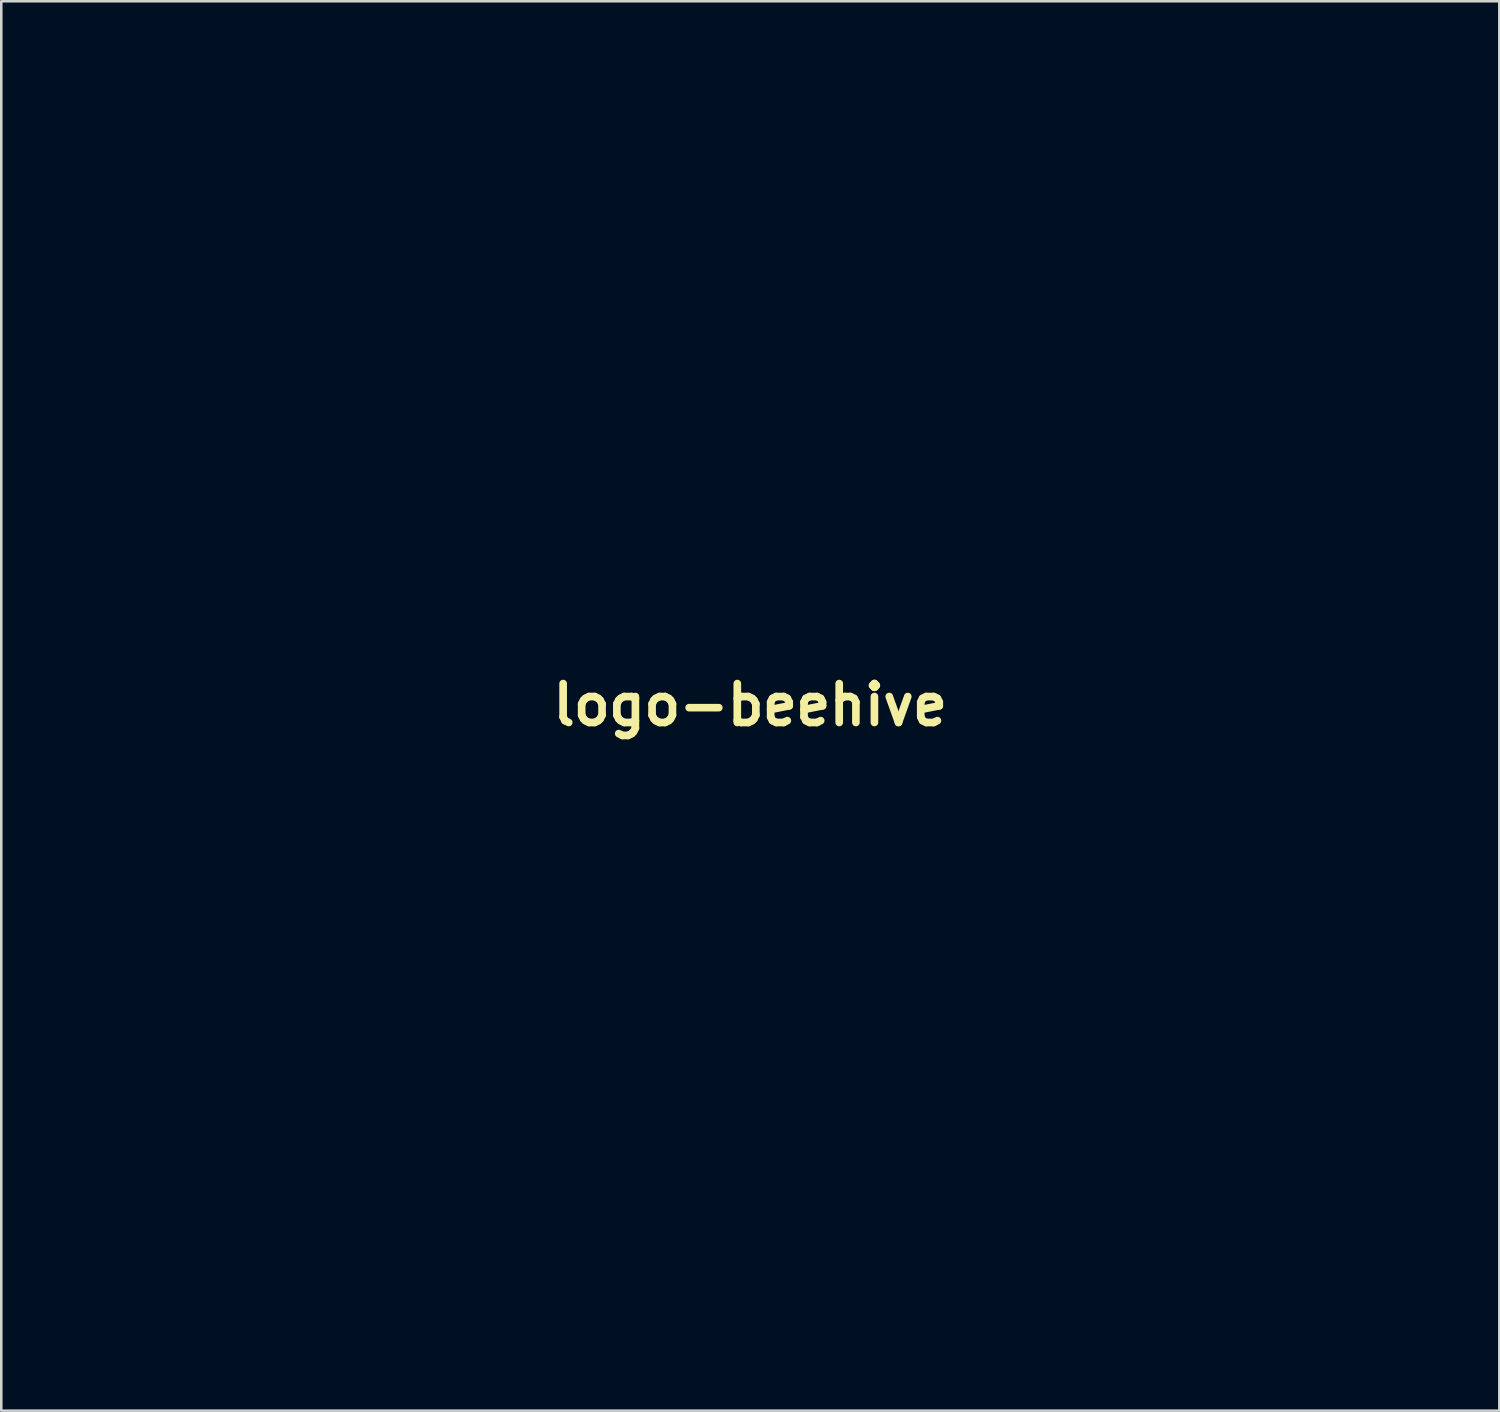
<source format=kicad_pcb>
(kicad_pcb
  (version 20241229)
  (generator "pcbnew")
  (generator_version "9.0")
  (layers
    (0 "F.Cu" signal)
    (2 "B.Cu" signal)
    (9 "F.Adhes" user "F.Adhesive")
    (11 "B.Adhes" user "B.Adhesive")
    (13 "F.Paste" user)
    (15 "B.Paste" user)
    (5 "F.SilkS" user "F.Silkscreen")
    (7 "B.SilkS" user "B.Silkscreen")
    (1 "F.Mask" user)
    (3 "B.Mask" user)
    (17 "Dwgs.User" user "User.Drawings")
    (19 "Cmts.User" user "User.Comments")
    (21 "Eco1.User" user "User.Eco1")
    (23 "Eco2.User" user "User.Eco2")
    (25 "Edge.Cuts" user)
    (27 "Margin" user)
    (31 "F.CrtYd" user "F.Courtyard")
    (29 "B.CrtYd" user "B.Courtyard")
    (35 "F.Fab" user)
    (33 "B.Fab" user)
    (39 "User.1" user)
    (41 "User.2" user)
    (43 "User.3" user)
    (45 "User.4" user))
  (footprint "logo-beehive"
    (layer "F.Cu")
    (at 26.336 24.558)
    (property "Reference" "logo-beehive" (at 0 0 0) (layer "F.SilkS") (effects (font (size 1.524 1.524) (thickness 0.3))))
    (attr through_hole)
    (fp_poly (pts (xy 8.824 6.9) (xy 8.946 7.393) (xy 9.064 7.994) (xy 9.167 8.638) (xy 9.246 9.266) (xy 9.287 9.755) (xy 9.339 10.668) (xy -9.339 10.668) (xy -9.284 9.705) (xy -9.219 8.991) (xy -9.108 8.22) (xy -8.964 7.47) (xy -8.823 6.9) (xy -8.751 6.646) (xy 8.751 6.646) (xy 8.824 6.9)) (stroke (width 0.01) (type solid)) (fill no) (layer "Eco2.User"))
    (fp_poly (pts (xy -5.13 -13.055) (xy -4.934 -12.878) (xy -4.838 -12.638) (xy -4.858 -12.379) (xy -5.012 -12.145) (xy -5.049 -12.113) (xy -5.318 -11.963) (xy -5.56 -11.973) (xy -5.803 -12.146) (xy -5.804 -12.146) (xy -5.976 -12.389) (xy -5.986 -12.631) (xy -5.836 -12.9) (xy -5.836 -12.9) (xy -5.602 -13.087) (xy -5.413 -13.123) (xy -5.13 -13.055)) (stroke (width 0.01) (type solid)) (fill no) (layer "Eco2.User"))
    (fp_poly (pts (xy 5.655 -24.056) (xy 5.868 -23.87) (xy 5.996 -23.63) (xy 6.011 -23.522) (xy 5.943 -23.332) (xy 5.779 -23.134) (xy 5.578 -22.986) (xy 5.434 -22.945) (xy 5.256 -22.995) (xy 5.053 -23.117) (xy 5.049 -23.12) (xy 4.873 -23.347) (xy 4.833 -23.605) (xy 4.912 -23.851) (xy 5.094 -24.04) (xy 5.364 -24.128) (xy 5.413 -24.13) (xy 5.655 -24.056)) (stroke (width 0.01) (type solid)) (fill no) (layer "Eco2.User"))
    (fp_poly (pts (xy 8.513 14.874) (xy 8.385 15.244) (xy 8.172 15.711) (xy 7.894 16.241) (xy 7.571 16.797) (xy 7.223 17.346) (xy 6.871 17.851) (xy 6.545 18.267) (xy 6.168 18.711) (xy -6.16 18.711) (xy -6.537 18.267) (xy -6.787 17.955) (xy -7.063 17.586) (xy -7.275 17.286) (xy -7.434 17.03) (xy -7.627 16.691) (xy -7.835 16.303) (xy -8.044 15.899) (xy -8.236 15.509) (xy -8.395 15.168) (xy -8.505 14.907) (xy -8.55 14.759) (xy -8.551 14.753) (xy -8.52 14.735) (xy -8.421 14.719) (xy -8.246 14.705) (xy -7.987 14.693) (xy -7.635 14.683) (xy -7.182 14.674) (xy -6.621 14.666) (xy -5.943 14.66) (xy -5.139 14.656) (xy -4.201 14.652) (xy -3.122 14.65) (xy -1.892 14.648) (xy -0.505 14.647) (xy 0.009 14.647) (xy 8.57 14.647) (xy 8.513 14.874)) (stroke (width 0.01) (type solid)) (fill no) (layer "Eco2.User"))
    (fp_poly (pts (xy 22.692 4.827) (xy 23.143 5.229) (xy 23.572 5.763) (xy 23.954 6.391) (xy 24.264 7.073) (xy 24.43 7.578) (xy 24.581 8.363) (xy 24.627 9.198) (xy 24.57 10.034) (xy 24.415 10.823) (xy 24.174 11.495) (xy 23.878 11.988) (xy 23.478 12.451) (xy 23.02 12.836) (xy 22.623 13.067) (xy 22.003 13.281) (xy 21.253 13.431) (xy 20.401 13.515) (xy 19.476 13.53) (xy 18.506 13.475) (xy 18.246 13.448) (xy 17.275 13.308) (xy 16.187 13.095) (xy 15.012 12.818) (xy 13.782 12.486) (xy 12.528 12.106) (xy 11.281 11.687) (xy 10.329 11.337) (xy 9.694 11.094) (xy 9.675 10.178) (xy 9.655 9.262) (xy 10.164 9.157) (xy 10.545 9.07) (xy 11.055 8.941) (xy 11.665 8.779) (xy 12.342 8.593) (xy 13.056 8.392) (xy 13.775 8.183) (xy 14.467 7.977) (xy 15.102 7.782) (xy 15.511 7.652) (xy 17.424 6.98) (xy 19.232 6.244) (xy 20.906 5.455) (xy 21.069 5.371) (xy 22.453 4.657) (xy 22.692 4.827)) (stroke (width 0.01) (type solid)) (fill no) (layer "Eco2.User"))
    (fp_poly (pts (xy -22.313 4.726) (xy -22.103 4.816) (xy -21.955 4.903) (xy -21.628 5.088) (xy -21.18 5.322) (xy -20.643 5.587) (xy -20.053 5.868) (xy -19.444 6.148) (xy -18.851 6.411) (xy -18.308 6.641) (xy -18.076 6.734) (xy -17.381 6.996) (xy -16.576 7.281) (xy -15.691 7.578) (xy -14.759 7.878) (xy -13.81 8.172) (xy -12.877 8.449) (xy -11.99 8.7) (xy -11.182 8.916) (xy -10.484 9.087) (xy -10.166 9.156) (xy -9.659 9.261) (xy -9.693 10.195) (xy -9.728 11.128) (xy -11.096 11.619) (xy -12.733 12.173) (xy -14.294 12.635) (xy -15.771 13.003) (xy -17.154 13.276) (xy -18.436 13.452) (xy -19.607 13.53) (xy -20.659 13.509) (xy -21.456 13.41) (xy -22.256 13.203) (xy -22.93 12.888) (xy -23.488 12.457) (xy -23.937 11.903) (xy -24.287 11.216) (xy -24.518 10.499) (xy -24.611 9.932) (xy -24.636 9.271) (xy -24.597 8.572) (xy -24.496 7.895) (xy -24.346 7.324) (xy -24.099 6.672) (xy -23.832 6.138) (xy -23.515 5.672) (xy -23.228 5.336) (xy -22.922 5.016) (xy -22.69 4.815) (xy -22.498 4.722) (xy -22.313 4.726)) (stroke (width 0.01) (type solid)) (fill no) (layer "Eco2.User"))
    (fp_poly (pts (xy -18.765 -6.714) (xy -18.134 -6.557) (xy -17.281 -6.192) (xy -16.413 -5.665) (xy -15.535 -4.982) (xy -14.652 -4.146) (xy -13.768 -3.165) (xy -12.887 -2.044) (xy -12.015 -0.789) (xy -11.156 0.596) (xy -10.315 2.103) (xy -9.496 3.729) (xy -9.309 4.123) (xy -8.716 5.39) (xy -9.009 6.272) (xy -9.155 6.747) (xy -9.297 7.274) (xy -9.412 7.767) (xy -9.45 7.959) (xy -9.518 8.31) (xy -9.58 8.595) (xy -9.628 8.776) (xy -9.646 8.817) (xy -9.738 8.813) (xy -9.97 8.77) (xy -10.316 8.694) (xy -10.751 8.591) (xy -11.252 8.467) (xy -11.43 8.421) (xy -13.354 7.893) (xy -15.16 7.338) (xy -16.842 6.76) (xy -18.397 6.16) (xy -19.818 5.541) (xy -21.103 4.906) (xy -22.245 4.257) (xy -23.239 3.595) (xy -24.082 2.925) (xy -24.768 2.248) (xy -25.293 1.567) (xy -25.536 1.142) (xy -25.697 0.798) (xy -25.797 0.519) (xy -25.854 0.236) (xy -25.884 -0.12) (xy -25.893 -0.29) (xy -25.849 -1.201) (xy -25.64 -2.095) (xy -25.27 -2.965) (xy -24.742 -3.801) (xy -24.061 -4.595) (xy -23.865 -4.789) (xy -23.048 -5.479) (xy -22.202 -6.027) (xy -21.338 -6.428) (xy -20.469 -6.678) (xy -19.608 -6.775) (xy -18.765 -6.714)) (stroke (width 0.01) (type solid)) (fill no) (layer "Eco2.User"))
    (fp_poly (pts (xy 20.742 -6.619) (xy 21.622 -6.313) (xy 22.496 -5.849) (xy 23.357 -5.23) (xy 23.843 -4.805) (xy 24.555 -4.042) (xy 25.122 -3.225) (xy 25.538 -2.368) (xy 25.797 -1.481) (xy 25.895 -0.578) (xy 25.886 -0.191) (xy 25.803 0.418) (xy 25.626 0.976) (xy 25.338 1.512) (xy 24.923 2.059) (xy 24.478 2.535) (xy 23.695 3.232) (xy 22.75 3.92) (xy 21.652 4.597) (xy 20.409 5.257) (xy 19.03 5.898) (xy 17.521 6.516) (xy 15.892 7.107) (xy 14.15 7.667) (xy 12.304 8.194) (xy 11.218 8.475) (xy 10.753 8.591) (xy 10.339 8.696) (xy 10.005 8.781) (xy 9.784 8.838) (xy 9.716 8.857) (xy 9.604 8.852) (xy 9.568 8.721) (xy 9.567 8.683) (xy 9.543 8.433) (xy 9.478 8.065) (xy 9.382 7.619) (xy 9.264 7.139) (xy 9.135 6.665) (xy 9.005 6.241) (xy 8.963 6.118) (xy 8.713 5.411) (xy 9.106 4.547) (xy 9.58 3.548) (xy 10.118 2.493) (xy 10.695 1.428) (xy 11.283 0.4) (xy 11.859 -0.545) (xy 12.22 -1.101) (xy 13.071 -2.3) (xy 13.932 -3.37) (xy 14.797 -4.305) (xy 15.659 -5.099) (xy 16.511 -5.745) (xy 17.346 -6.237) (xy 18.144 -6.564) (xy 18.995 -6.747) (xy 19.864 -6.764) (xy 20.742 -6.619)) (stroke (width 0.01) (type solid)) (fill no) (layer "Eco2.User"))
    (fp_poly (pts (xy 0.959 -6.299) (xy 2.027 -6.134) (xy 3.051 -5.856) (xy 4.014 -5.472) (xy 4.899 -4.99) (xy 5.689 -4.417) (xy 6.368 -3.761) (xy 6.918 -3.03) (xy 7.233 -2.445) (xy 7.5 -1.666) (xy 7.606 -0.885) (xy 7.557 -0.111) (xy 7.361 0.645) (xy 7.024 1.372) (xy 6.555 2.06) (xy 5.959 2.698) (xy 5.246 3.276) (xy 4.42 3.783) (xy 3.49 4.209) (xy 2.488 4.537) (xy 2.127 4.627) (xy 1.796 4.692) (xy 1.449 4.736) (xy 1.041 4.765) (xy 0.529 4.785) (xy 0.254 4.791) (xy -0.463 4.797) (xy -1.042 4.781) (xy -1.514 4.741) (xy -1.807 4.696) (xy -2.867 4.435) (xy -3.844 4.075) (xy -4.729 3.624) (xy -5.512 3.093) (xy -6.184 2.491) (xy -6.736 1.83) (xy -7.16 1.119) (xy -7.446 0.367) (xy -7.585 -0.415) (xy -7.568 -1.217) (xy -7.508 -1.576) (xy -7.248 -2.4) (xy -7.082 -2.709) (xy -3.81 -2.709) (xy -3.81 1.27) (xy -3.048 1.27) (xy -3.048 -2.709) (xy 2.963 -2.709) (xy 2.963 1.27) (xy 3.725 1.27) (xy 3.725 -2.709) (xy 2.963 -2.709) (xy -3.048 -2.709) (xy -3.81 -2.709) (xy -7.082 -2.709) (xy -6.836 -3.169) (xy -6.284 -3.875) (xy -5.601 -4.509) (xy -4.799 -5.065) (xy -3.889 -5.532) (xy -2.882 -5.904) (xy -1.788 -6.171) (xy -1.243 -6.26) (xy -0.136 -6.344) (xy 0.959 -6.299)) (stroke (width 0.01) (type solid)) (fill no) (layer "Eco2.User"))
    (fp_poly (pts (xy 26.325 -12.806) (xy 26.323 -11.14) (xy 26.322 -9.636) (xy 26.32 -8.287) (xy 26.318 -7.085) (xy 26.315 -6.023) (xy 26.311 -5.095) (xy 26.307 -4.292) (xy 26.302 -3.607) (xy 26.296 -3.033) (xy 26.289 -2.564) (xy 26.281 -2.19) (xy 26.271 -1.906) (xy 26.261 -1.704) (xy 26.25 -1.577) (xy 26.237 -1.517) (xy 26.222 -1.517) (xy 26.207 -1.568) (xy 25.926 -2.477) (xy 25.493 -3.365) (xy 24.922 -4.211) (xy 24.23 -4.993) (xy 23.433 -5.688) (xy 22.945 -6.033) (xy 22.021 -6.562) (xy 21.118 -6.931) (xy 20.23 -7.14) (xy 19.353 -7.187) (xy 18.479 -7.072) (xy 17.604 -6.793) (xy 16.723 -6.35) (xy 15.828 -5.741) (xy 14.916 -4.966) (xy 14.612 -4.677) (xy 13.744 -3.759) (xy 12.894 -2.726) (xy 12.055 -1.567) (xy 11.223 -0.273) (xy 10.388 1.168) (xy 9.546 2.764) (xy 9.308 3.24) (xy 8.48 4.913) (xy 8.117 4.231) (xy 7.883 3.824) (xy 7.603 3.381) (xy 7.334 2.993) (xy 7.306 2.955) (xy 6.858 2.359) (xy 7.06 2.09) (xy 7.488 1.385) (xy 7.788 0.595) (xy 7.947 -0.243) (xy 7.971 -0.696) (xy 7.945 -1.319) (xy 7.852 -1.863) (xy 7.676 -2.402) (xy 7.469 -2.865) (xy 7.188 -3.342) (xy 6.799 -3.856) (xy 6.343 -4.363) (xy 5.86 -4.818) (xy 5.466 -5.123) (xy 5.238 -5.298) (xy 5.09 -5.445) (xy 5.056 -5.533) (xy 5.121 -5.636) (xy 5.257 -5.851) (xy 5.444 -6.144) (xy 5.653 -6.473) (xy 6.005 -7.056) (xy 6.358 -7.696) (xy 6.691 -8.349) (xy 6.982 -8.971) (xy 7.208 -9.518) (xy 7.285 -9.737) (xy 7.617 -10.978) (xy 7.829 -12.311) (xy 7.923 -13.711) (xy 7.901 -15.152) (xy 7.766 -16.609) (xy 7.52 -18.056) (xy 7.164 -19.468) (xy 6.702 -20.82) (xy 6.313 -21.72) (xy 5.871 -22.655) (xy 6.065 -22.802) (xy 6.283 -23.062) (xy 6.378 -23.39) (xy 6.356 -23.742) (xy 6.22 -24.073) (xy 5.974 -24.339) (xy 5.911 -24.382) (xy 5.63 -24.553) (xy 26.331 -24.553) (xy 26.325 -12.806)) (stroke (width 0.01) (type solid)) (fill no) (layer "Eco2.User"))
    (fp_poly (pts (xy -26.025 1.083) (xy -25.644 1.775) (xy -25.103 2.471) (xy -24.406 3.164) (xy -23.58 3.834) (xy -23.291 4.049) (xy -23.057 4.223) (xy -22.909 4.335) (xy -22.874 4.363) (xy -22.917 4.43) (xy -23.056 4.586) (xy -23.266 4.805) (xy -23.386 4.925) (xy -23.951 5.601) (xy -24.407 6.393) (xy -24.746 7.282) (xy -24.961 8.249) (xy -25.031 8.932) (xy -25.017 9.832) (xy -24.876 10.678) (xy -24.617 11.455) (xy -24.249 12.144) (xy -23.781 12.729) (xy -23.219 13.191) (xy -22.834 13.407) (xy -22.194 13.639) (xy -21.424 13.805) (xy -20.549 13.901) (xy -19.595 13.927) (xy -18.587 13.881) (xy -17.611 13.769) (xy -16.709 13.611) (xy -15.69 13.39) (xy -14.589 13.115) (xy -13.441 12.797) (xy -12.281 12.443) (xy -11.145 12.065) (xy -10.482 11.828) (xy -9.661 11.525) (xy -9.609 11.922) (xy -9.347 13.378) (xy -8.952 14.751) (xy -8.429 16.033) (xy -7.782 17.217) (xy -7.016 18.294) (xy -6.136 19.257) (xy -5.147 20.098) (xy -4.36 20.629) (xy -3.628 21.021) (xy -2.833 21.354) (xy -2.047 21.599) (xy -1.683 21.68) (xy -1.39 21.736) (xy -1.16 21.781) (xy -1.052 21.804) (xy -0.999 21.889) (xy -0.912 22.11) (xy -0.8 22.436) (xy -0.675 22.84) (xy -0.604 23.084) (xy -0.476 23.531) (xy -0.363 23.927) (xy -0.273 24.242) (xy -0.216 24.442) (xy -0.202 24.49) (xy -0.202 24.51) (xy -0.22 24.527) (xy -0.264 24.544) (xy -0.341 24.558) (xy -0.46 24.571) (xy -0.628 24.583) (xy -0.852 24.593) (xy -1.142 24.601) (xy -1.504 24.609) (xy -1.946 24.615) (xy -2.476 24.621) (xy -3.102 24.625) (xy -3.832 24.629) (xy -4.674 24.632) (xy -5.634 24.634) (xy -6.722 24.636) (xy -7.945 24.637) (xy -9.31 24.637) (xy -10.826 24.638) (xy -12.5 24.638) (xy -13.245 24.638) (xy -26.331 24.638) (xy -26.322 12.34) (xy -26.32 10.896) (xy -26.318 9.508) (xy -26.315 8.185) (xy -26.311 6.936) (xy -26.306 5.768) (xy -26.301 4.691) (xy -26.295 3.715) (xy -26.288 2.846) (xy -26.281 2.095) (xy -26.274 1.469) (xy -26.266 0.979) (xy -26.258 0.631) (xy -26.25 0.436) (xy -26.242 0.4) (xy -26.025 1.083)) (stroke (width 0.01) (type solid)) (fill no) (layer "Eco2.User"))
    (fp_poly (pts (xy 26.245 0.483) (xy 26.258 0.55) (xy 26.269 0.671) (xy 26.279 0.853) (xy 26.288 1.104) (xy 26.295 1.432) (xy 26.302 1.845) (xy 26.307 2.35) (xy 26.312 2.955) (xy 26.315 3.667) (xy 26.318 4.495) (xy 26.321 5.446) (xy 26.322 6.528) (xy 26.324 7.748) (xy 26.325 9.114) (xy 26.326 10.634) (xy 26.326 12.315) (xy 26.326 12.34) (xy 26.331 24.638) (xy 13.245 24.638) (xy 11.502 24.638) (xy 9.922 24.638) (xy 8.495 24.637) (xy 7.214 24.636) (xy 6.071 24.635) (xy 5.058 24.633) (xy 4.168 24.63) (xy 3.393 24.627) (xy 2.724 24.623) (xy 2.155 24.618) (xy 1.677 24.612) (xy 1.283 24.605) (xy 0.965 24.596) (xy 0.714 24.587) (xy 0.523 24.576) (xy 0.385 24.564) (xy 0.292 24.55) (xy 0.235 24.534) (xy 0.207 24.517) (xy 0.2 24.498) (xy 0.202 24.49) (xy 0.239 24.36) (xy 0.314 24.099) (xy 0.417 23.739) (xy 0.538 23.314) (xy 0.604 23.084) (xy 0.733 22.65) (xy 0.853 22.277) (xy 0.955 21.995) (xy 1.028 21.832) (xy 1.052 21.804) (xy 1.178 21.777) (xy 1.416 21.73) (xy 1.683 21.68) (xy 2.719 21.404) (xy 3.741 20.971) (xy 4.728 20.395) (xy 5.661 19.687) (xy 6.519 18.861) (xy 6.847 18.488) (xy 7.692 17.351) (xy 8.386 16.141) (xy 8.933 14.851) (xy 9.334 13.478) (xy 9.532 12.447) (xy 9.673 11.53) (xy 10.488 11.83) (xy 12.162 12.414) (xy 13.757 12.904) (xy 15.269 13.3) (xy 16.69 13.6) (xy 18.014 13.805) (xy 19.233 13.912) (xy 20.342 13.921) (xy 21.334 13.832) (xy 22.202 13.644) (xy 22.834 13.406) (xy 23.447 13.028) (xy 23.972 12.517) (xy 24.403 11.891) (xy 24.73 11.167) (xy 24.944 10.362) (xy 25.037 9.494) (xy 25.031 8.932) (xy 24.905 7.925) (xy 24.649 6.982) (xy 24.27 6.122) (xy 23.777 5.366) (xy 23.386 4.925) (xy 23.151 4.686) (xy 22.974 4.496) (xy 22.881 4.382) (xy 22.874 4.363) (xy 22.95 4.304) (xy 23.131 4.167) (xy 23.388 3.976) (xy 23.58 3.833) (xy 24.138 3.386) (xy 24.674 2.897) (xy 25.152 2.402) (xy 25.54 1.933) (xy 25.736 1.644) (xy 25.924 1.281) (xy 26.093 0.863) (xy 26.176 0.6) (xy 26.196 0.528) (xy 26.214 0.48) (xy 26.23 0.463) (xy 26.245 0.483)) (stroke (width 0.01) (type solid)) (fill no) (layer "Eco2.User"))
    (fp_poly (pts (xy -10.562 -24.551) (xy -8.637 -24.551) (xy -6.874 -24.551) (xy -5.266 -24.55) (xy -3.807 -24.549) (xy -2.49 -24.547) (xy -1.308 -24.545) (xy -0.253 -24.543) (xy 0.68 -24.54) (xy 1.5 -24.537) (xy 2.212 -24.532) (xy 2.824 -24.527) (xy 3.343 -24.522) (xy 3.775 -24.515) (xy 4.128 -24.508) (xy 4.408 -24.499) (xy 4.623 -24.49) (xy 4.778 -24.479) (xy 4.882 -24.467) (xy 4.941 -24.454) (xy 4.962 -24.44) (xy 4.952 -24.425) (xy 4.938 -24.417) (xy 4.683 -24.209) (xy 4.491 -23.902) (xy 4.404 -23.564) (xy 4.403 -23.516) (xy 4.479 -23.21) (xy 4.684 -22.919) (xy 4.977 -22.689) (xy 5.16 -22.606) (xy 5.33 -22.541) (xy 5.458 -22.46) (xy 5.57 -22.332) (xy 5.691 -22.123) (xy 5.847 -21.803) (xy 5.907 -21.675) (xy 6.47 -20.293) (xy 6.92 -18.819) (xy 7.251 -17.287) (xy 7.457 -15.732) (xy 7.532 -14.191) (xy 7.47 -12.699) (xy 7.447 -12.464) (xy 7.304 -11.465) (xy 7.094 -10.525) (xy 6.803 -9.61) (xy 6.42 -8.691) (xy 5.933 -7.738) (xy 5.331 -6.718) (xy 5.106 -6.363) (xy 4.884 -6.031) (xy 4.725 -5.825) (xy 4.611 -5.727) (xy 4.521 -5.714) (xy 4.505 -5.72) (xy 3.566 -6.097) (xy 2.706 -6.374) (xy 1.879 -6.562) (xy 1.037 -6.67) (xy 0.132 -6.708) (xy 0 -6.709) (xy -0.946 -6.679) (xy -1.792 -6.582) (xy -2.594 -6.407) (xy -3.413 -6.145) (xy -3.641 -6.059) (xy -3.992 -5.926) (xy -4.291 -5.818) (xy -4.5 -5.749) (xy -4.567 -5.731) (xy -4.677 -5.794) (xy -4.831 -5.982) (xy -5.009 -6.263) (xy -5.193 -6.606) (xy -5.365 -6.977) (xy -5.506 -7.345) (xy -5.527 -7.408) (xy -5.604 -7.676) (xy -5.657 -7.936) (xy -5.69 -8.231) (xy -5.708 -8.601) (xy -5.715 -9.087) (xy -5.715 -9.271) (xy -5.705 -9.952) (xy -5.673 -10.485) (xy -5.611 -10.892) (xy -5.515 -11.195) (xy -5.379 -11.414) (xy -5.196 -11.57) (xy -5.062 -11.642) (xy -4.719 -11.878) (xy -4.503 -12.186) (xy -4.421 -12.535) (xy -4.48 -12.889) (xy -4.688 -13.216) (xy -4.711 -13.239) (xy -5.031 -13.454) (xy -5.387 -13.523) (xy -5.742 -13.455) (xy -6.056 -13.256) (xy -6.291 -12.938) (xy -6.387 -12.688) (xy -6.392 -12.461) (xy -6.353 -12.286) (xy -6.239 -12.022) (xy -6.076 -11.804) (xy -6.042 -11.775) (xy -5.823 -11.602) (xy -5.981 -10.987) (xy -6.069 -10.508) (xy -6.123 -9.925) (xy -6.143 -9.29) (xy -6.129 -8.655) (xy -6.082 -8.073) (xy -6 -7.596) (xy -5.985 -7.535) (xy -5.649 -6.603) (xy -5.216 -5.791) (xy -5 -5.443) (xy -5.466 -5.123) (xy -6.098 -4.614) (xy -6.676 -4.008) (xy -7.175 -3.34) (xy -7.569 -2.644) (xy -7.833 -1.956) (xy -7.876 -1.791) (xy -7.979 -0.981) (xy -7.936 -0.142) (xy -7.755 0.686) (xy -7.444 1.464) (xy -7.051 2.102) (xy -6.839 2.384) (xy -7.048 2.61) (xy -7.284 2.9) (xy -7.56 3.293) (xy -7.843 3.739) (xy -8.102 4.191) (xy -8.202 4.381) (xy -8.337 4.642) (xy -8.439 4.83) (xy -8.488 4.907) (xy -8.489 4.907) (xy -8.53 4.833) (xy -8.633 4.63) (xy -8.786 4.321) (xy -8.978 3.928) (xy -9.198 3.476) (xy -9.229 3.411) (xy -10.062 1.766) (xy -10.915 0.247) (xy -11.782 -1.144) (xy -12.66 -2.401) (xy -13.545 -3.521) (xy -14.433 -4.5) (xy -15.322 -5.334) (xy -16.205 -6.019) (xy -17.081 -6.551) (xy -17.945 -6.927) (xy -18.793 -7.142) (xy -19.47 -7.195) (xy -20.372 -7.111) (xy -21.273 -6.874) (xy -22.156 -6.5) (xy -23.001 -6.003) (xy -23.79 -5.399) (xy -24.505 -4.704) (xy -25.128 -3.932) (xy -25.639 -3.1) (xy -26.021 -2.223) (xy -26.207 -1.566) (xy -26.223 -1.515) (xy -26.237 -1.517) (xy -26.25 -1.579) (xy -26.261 -1.709) (xy -26.272 -1.914) (xy -26.281 -2.201) (xy -26.289 -2.578) (xy -26.296 -3.052) (xy -26.302 -3.63) (xy -26.307 -4.319) (xy -26.311 -5.127) (xy -26.315 -6.061) (xy -26.318 -7.128) (xy -26.32 -8.336) (xy -26.322 -9.691) (xy -26.324 -11.202) (xy -26.325 -12.806) (xy -26.325 -14.234) (xy -2.835 -14.234) (xy -2.831 -14.215) (xy -2.803 -14.176) (xy -2.761 -14.154) (xy -2.676 -14.151) (xy -2.523 -14.171) (xy -2.273 -14.217) (xy -1.901 -14.292) (xy -1.602 -14.352) (xy -1.113 -14.456) (xy -0.771 -14.541) (xy -0.56 -14.616) (xy -0.458 -14.688) (xy -0.448 -14.767) (xy -0.496 -14.845) (xy -0.575 -14.906) (xy -0.702 -14.922) (xy -0.92 -14.892) (xy -1.123 -14.851) (xy -1.429 -14.791) (xy -1.687 -14.749) (xy -1.82 -14.735) (xy -1.824 -14.783) (xy -1.719 -14.932) (xy -1.5 -15.184) (xy -1.165 -15.543) (xy -0.712 -16.011) (xy -0.199 -16.531) (xy 0.249 -16.986) (xy 0.653 -17.406) (xy 0.999 -17.775) (xy 1.273 -18.077) (xy 1.46 -18.297) (xy 1.546 -18.42) (xy 1.55 -18.436) (xy 1.487 -18.477) (xy 1.324 -18.508) (xy 1.043 -18.527) (xy 0.627 -18.539) (xy 0.059 -18.542) (xy -1.396 -18.542) (xy 0.71 -20.649) (xy 1.311 -21.253) (xy 1.796 -21.75) (xy 2.172 -22.146) (xy 2.447 -22.452) (xy 2.627 -22.676) (xy 2.72 -22.826) (xy 2.732 -22.911) (xy 2.671 -22.94) (xy 2.575 -22.928) (xy 2.479 -22.861) (xy 2.284 -22.69) (xy 2.005 -22.43) (xy 1.659 -22.098) (xy 1.263 -21.71) (xy 0.831 -21.282) (xy 0.38 -20.83) (xy -0.075 -20.37) (xy -0.517 -19.918) (xy -0.93 -19.491) (xy -1.299 -19.104) (xy -1.607 -18.774) (xy -1.839 -18.517) (xy -1.978 -18.349) (xy -2.012 -18.289) (xy -1.977 -18.24) (xy -1.877 -18.202) (xy -1.691 -18.173) (xy -1.395 -18.15) (xy -0.967 -18.131) (xy -0.612 -18.119) (xy 0.764 -18.076) (xy -0.761 -16.553) (xy -1.173 -16.143) (xy -1.543 -15.78) (xy -1.856 -15.477) (xy -2.094 -15.252) (xy -2.242 -15.117) (xy -2.286 -15.087) (xy -2.27 -15.193) (xy -2.227 -15.417) (xy -2.166 -15.715) (xy -2.159 -15.75) (xy -2.102 -16.056) (xy -2.073 -16.298) (xy -2.076 -16.428) (xy -2.079 -16.433) (xy -2.204 -16.505) (xy -2.357 -16.48) (xy -2.409 -16.432) (xy -2.452 -16.306) (xy -2.513 -16.061) (xy -2.585 -15.733) (xy -2.659 -15.363) (xy -2.728 -14.989) (xy -2.785 -14.651) (xy -2.823 -14.386) (xy -2.835 -14.234) (xy -26.325 -14.234) (xy -26.331 -24.553) (xy -10.562 -24.551)) (stroke (width 0.01) (type solid)) (fill no) (layer "Eco2.User")))
  (gr_rect
    (start -3 -3)
    (end 55.673 52.201)
    (stroke (width 0.1) (type default))
    (fill no)
    (layer "Edge.Cuts")))
</source>
